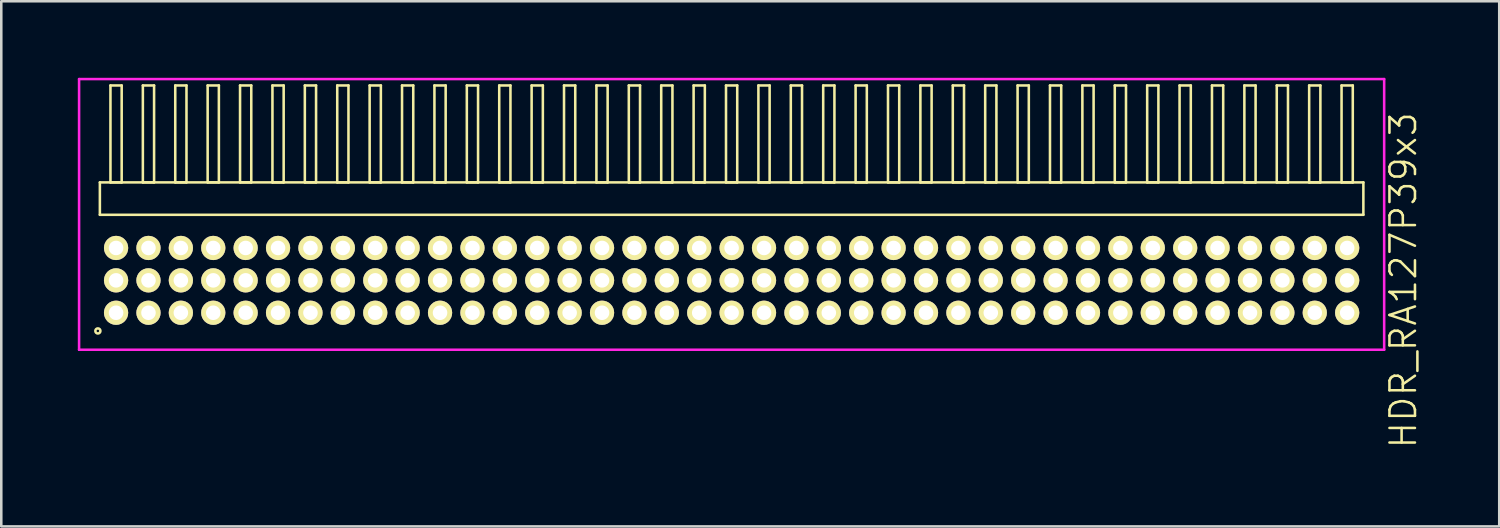
<source format=kicad_pcb>
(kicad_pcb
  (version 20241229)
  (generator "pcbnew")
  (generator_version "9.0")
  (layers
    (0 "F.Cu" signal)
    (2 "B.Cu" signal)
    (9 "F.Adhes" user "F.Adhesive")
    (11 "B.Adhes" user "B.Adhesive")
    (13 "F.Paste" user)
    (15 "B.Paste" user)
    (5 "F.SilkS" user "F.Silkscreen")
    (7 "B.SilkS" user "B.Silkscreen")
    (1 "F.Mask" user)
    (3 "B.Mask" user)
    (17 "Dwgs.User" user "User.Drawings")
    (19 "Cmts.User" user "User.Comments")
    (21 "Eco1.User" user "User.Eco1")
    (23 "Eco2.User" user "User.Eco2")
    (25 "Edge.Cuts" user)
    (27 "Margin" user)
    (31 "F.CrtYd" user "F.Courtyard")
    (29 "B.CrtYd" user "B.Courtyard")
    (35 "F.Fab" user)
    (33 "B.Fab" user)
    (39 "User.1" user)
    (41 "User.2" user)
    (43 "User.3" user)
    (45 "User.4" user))
  (footprint "HDR_RA127P39x3"
    (layer "F.Cu")
    (at 25.63 7.94)
    (property "Reference" "HDR_RA127P39x3" (at 26.33 0 90) (layer "F.SilkS") (effects (font (size 1 1) (thickness 0.1))))
    (attr through_hole)
    (fp_line (start -24.765 -3.84) (end -24.765 -2.57) (stroke (width 0.1) (type solid)) (layer "F.SilkS"))
    (fp_line (start -24.765 -2.57) (end 24.765 -2.57) (stroke (width 0.1) (type solid)) (layer "F.SilkS"))
    (fp_line (start -24.35 -7.64) (end -24.35 -3.84) (stroke (width 0.1) (type solid)) (layer "F.SilkS"))
    (fp_line (start -24.35 -3.84) (end -23.91 -3.84) (stroke (width 0.1) (type solid)) (layer "F.SilkS"))
    (fp_line (start -23.91 -7.64) (end -24.35 -7.64) (stroke (width 0.1) (type solid)) (layer "F.SilkS"))
    (fp_line (start -23.91 -3.84) (end -23.91 -7.64) (stroke (width 0.1) (type solid)) (layer "F.SilkS"))
    (fp_line (start -23.08 -7.64) (end -23.08 -3.84) (stroke (width 0.1) (type solid)) (layer "F.SilkS"))
    (fp_line (start -23.08 -3.84) (end -22.64 -3.84) (stroke (width 0.1) (type solid)) (layer "F.SilkS"))
    (fp_line (start -22.64 -7.64) (end -23.08 -7.64) (stroke (width 0.1) (type solid)) (layer "F.SilkS"))
    (fp_line (start -22.64 -3.84) (end -22.64 -7.64) (stroke (width 0.1) (type solid)) (layer "F.SilkS"))
    (fp_line (start -21.81 -7.64) (end -21.81 -3.84) (stroke (width 0.1) (type solid)) (layer "F.SilkS"))
    (fp_line (start -21.81 -3.84) (end -21.37 -3.84) (stroke (width 0.1) (type solid)) (layer "F.SilkS"))
    (fp_line (start -21.37 -7.64) (end -21.81 -7.64) (stroke (width 0.1) (type solid)) (layer "F.SilkS"))
    (fp_line (start -21.37 -3.84) (end -21.37 -7.64) (stroke (width 0.1) (type solid)) (layer "F.SilkS"))
    (fp_line (start -20.54 -7.64) (end -20.54 -3.84) (stroke (width 0.1) (type solid)) (layer "F.SilkS"))
    (fp_line (start -20.54 -3.84) (end -20.1 -3.84) (stroke (width 0.1) (type solid)) (layer "F.SilkS"))
    (fp_line (start -20.1 -7.64) (end -20.54 -7.64) (stroke (width 0.1) (type solid)) (layer "F.SilkS"))
    (fp_line (start -20.1 -3.84) (end -20.1 -7.64) (stroke (width 0.1) (type solid)) (layer "F.SilkS"))
    (fp_line (start -19.27 -7.64) (end -19.27 -3.84) (stroke (width 0.1) (type solid)) (layer "F.SilkS"))
    (fp_line (start -19.27 -3.84) (end -18.83 -3.84) (stroke (width 0.1) (type solid)) (layer "F.SilkS"))
    (fp_line (start -18.83 -7.64) (end -19.27 -7.64) (stroke (width 0.1) (type solid)) (layer "F.SilkS"))
    (fp_line (start -18.83 -3.84) (end -18.83 -7.64) (stroke (width 0.1) (type solid)) (layer "F.SilkS"))
    (fp_line (start -18 -7.64) (end -18 -3.84) (stroke (width 0.1) (type solid)) (layer "F.SilkS"))
    (fp_line (start -18 -3.84) (end -17.56 -3.84) (stroke (width 0.1) (type solid)) (layer "F.SilkS"))
    (fp_line (start -17.56 -7.64) (end -18 -7.64) (stroke (width 0.1) (type solid)) (layer "F.SilkS"))
    (fp_line (start -17.56 -3.84) (end -17.56 -7.64) (stroke (width 0.1) (type solid)) (layer "F.SilkS"))
    (fp_line (start -16.73 -7.64) (end -16.73 -3.84) (stroke (width 0.1) (type solid)) (layer "F.SilkS"))
    (fp_line (start -16.73 -3.84) (end -16.29 -3.84) (stroke (width 0.1) (type solid)) (layer "F.SilkS"))
    (fp_line (start -16.29 -7.64) (end -16.73 -7.64) (stroke (width 0.1) (type solid)) (layer "F.SilkS"))
    (fp_line (start -16.29 -3.84) (end -16.29 -7.64) (stroke (width 0.1) (type solid)) (layer "F.SilkS"))
    (fp_line (start -15.46 -7.64) (end -15.46 -3.84) (stroke (width 0.1) (type solid)) (layer "F.SilkS"))
    (fp_line (start -15.46 -3.84) (end -15.02 -3.84) (stroke (width 0.1) (type solid)) (layer "F.SilkS"))
    (fp_line (start -15.02 -7.64) (end -15.46 -7.64) (stroke (width 0.1) (type solid)) (layer "F.SilkS"))
    (fp_line (start -15.02 -3.84) (end -15.02 -7.64) (stroke (width 0.1) (type solid)) (layer "F.SilkS"))
    (fp_line (start -14.19 -7.64) (end -14.19 -3.84) (stroke (width 0.1) (type solid)) (layer "F.SilkS"))
    (fp_line (start -14.19 -3.84) (end -13.75 -3.84) (stroke (width 0.1) (type solid)) (layer "F.SilkS"))
    (fp_line (start -13.75 -7.64) (end -14.19 -7.64) (stroke (width 0.1) (type solid)) (layer "F.SilkS"))
    (fp_line (start -13.75 -3.84) (end -13.75 -7.64) (stroke (width 0.1) (type solid)) (layer "F.SilkS"))
    (fp_line (start -12.92 -7.64) (end -12.92 -3.84) (stroke (width 0.1) (type solid)) (layer "F.SilkS"))
    (fp_line (start -12.92 -3.84) (end -12.48 -3.84) (stroke (width 0.1) (type solid)) (layer "F.SilkS"))
    (fp_line (start -12.48 -7.64) (end -12.92 -7.64) (stroke (width 0.1) (type solid)) (layer "F.SilkS"))
    (fp_line (start -12.48 -3.84) (end -12.48 -7.64) (stroke (width 0.1) (type solid)) (layer "F.SilkS"))
    (fp_line (start -11.65 -7.64) (end -11.65 -3.84) (stroke (width 0.1) (type solid)) (layer "F.SilkS"))
    (fp_line (start -11.65 -3.84) (end -11.21 -3.84) (stroke (width 0.1) (type solid)) (layer "F.SilkS"))
    (fp_line (start -11.21 -7.64) (end -11.65 -7.64) (stroke (width 0.1) (type solid)) (layer "F.SilkS"))
    (fp_line (start -11.21 -3.84) (end -11.21 -7.64) (stroke (width 0.1) (type solid)) (layer "F.SilkS"))
    (fp_line (start -10.38 -7.64) (end -10.38 -3.84) (stroke (width 0.1) (type solid)) (layer "F.SilkS"))
    (fp_line (start -10.38 -3.84) (end -9.94 -3.84) (stroke (width 0.1) (type solid)) (layer "F.SilkS"))
    (fp_line (start -9.94 -7.64) (end -10.38 -7.64) (stroke (width 0.1) (type solid)) (layer "F.SilkS"))
    (fp_line (start -9.94 -3.84) (end -9.94 -7.64) (stroke (width 0.1) (type solid)) (layer "F.SilkS"))
    (fp_line (start -9.11 -7.64) (end -9.11 -3.84) (stroke (width 0.1) (type solid)) (layer "F.SilkS"))
    (fp_line (start -9.11 -3.84) (end -8.67 -3.84) (stroke (width 0.1) (type solid)) (layer "F.SilkS"))
    (fp_line (start -8.67 -7.64) (end -9.11 -7.64) (stroke (width 0.1) (type solid)) (layer "F.SilkS"))
    (fp_line (start -8.67 -3.84) (end -8.67 -7.64) (stroke (width 0.1) (type solid)) (layer "F.SilkS"))
    (fp_line (start -7.84 -7.64) (end -7.84 -3.84) (stroke (width 0.1) (type solid)) (layer "F.SilkS"))
    (fp_line (start -7.84 -3.84) (end -7.4 -3.84) (stroke (width 0.1) (type solid)) (layer "F.SilkS"))
    (fp_line (start -7.4 -7.64) (end -7.84 -7.64) (stroke (width 0.1) (type solid)) (layer "F.SilkS"))
    (fp_line (start -7.4 -3.84) (end -7.4 -7.64) (stroke (width 0.1) (type solid)) (layer "F.SilkS"))
    (fp_line (start -6.57 -7.64) (end -6.57 -3.84) (stroke (width 0.1) (type solid)) (layer "F.SilkS"))
    (fp_line (start -6.57 -3.84) (end -6.13 -3.84) (stroke (width 0.1) (type solid)) (layer "F.SilkS"))
    (fp_line (start -6.13 -7.64) (end -6.57 -7.64) (stroke (width 0.1) (type solid)) (layer "F.SilkS"))
    (fp_line (start -6.13 -3.84) (end -6.13 -7.64) (stroke (width 0.1) (type solid)) (layer "F.SilkS"))
    (fp_line (start -5.3 -7.64) (end -5.3 -3.84) (stroke (width 0.1) (type solid)) (layer "F.SilkS"))
    (fp_line (start -5.3 -3.84) (end -4.86 -3.84) (stroke (width 0.1) (type solid)) (layer "F.SilkS"))
    (fp_line (start -4.86 -7.64) (end -5.3 -7.64) (stroke (width 0.1) (type solid)) (layer "F.SilkS"))
    (fp_line (start -4.86 -3.84) (end -4.86 -7.64) (stroke (width 0.1) (type solid)) (layer "F.SilkS"))
    (fp_line (start -4.03 -7.64) (end -4.03 -3.84) (stroke (width 0.1) (type solid)) (layer "F.SilkS"))
    (fp_line (start -4.03 -3.84) (end -3.59 -3.84) (stroke (width 0.1) (type solid)) (layer "F.SilkS"))
    (fp_line (start -3.59 -7.64) (end -4.03 -7.64) (stroke (width 0.1) (type solid)) (layer "F.SilkS"))
    (fp_line (start -3.59 -3.84) (end -3.59 -7.64) (stroke (width 0.1) (type solid)) (layer "F.SilkS"))
    (fp_line (start -2.76 -7.64) (end -2.76 -3.84) (stroke (width 0.1) (type solid)) (layer "F.SilkS"))
    (fp_line (start -2.76 -3.84) (end -2.32 -3.84) (stroke (width 0.1) (type solid)) (layer "F.SilkS"))
    (fp_line (start -2.32 -7.64) (end -2.76 -7.64) (stroke (width 0.1) (type solid)) (layer "F.SilkS"))
    (fp_line (start -2.32 -3.84) (end -2.32 -7.64) (stroke (width 0.1) (type solid)) (layer "F.SilkS"))
    (fp_line (start -1.49 -7.64) (end -1.49 -3.84) (stroke (width 0.1) (type solid)) (layer "F.SilkS"))
    (fp_line (start -1.49 -3.84) (end -1.05 -3.84) (stroke (width 0.1) (type solid)) (layer "F.SilkS"))
    (fp_line (start -1.05 -7.64) (end -1.49 -7.64) (stroke (width 0.1) (type solid)) (layer "F.SilkS"))
    (fp_line (start -1.05 -3.84) (end -1.05 -7.64) (stroke (width 0.1) (type solid)) (layer "F.SilkS"))
    (fp_line (start -0.22 -7.64) (end -0.22 -3.84) (stroke (width 0.1) (type solid)) (layer "F.SilkS"))
    (fp_line (start -0.22 -3.84) (end 0.22 -3.84) (stroke (width 0.1) (type solid)) (layer "F.SilkS"))
    (fp_line (start 0.22 -7.64) (end -0.22 -7.64) (stroke (width 0.1) (type solid)) (layer "F.SilkS"))
    (fp_line (start 0.22 -3.84) (end 0.22 -7.64) (stroke (width 0.1) (type solid)) (layer "F.SilkS"))
    (fp_line (start 1.05 -7.64) (end 1.05 -3.84) (stroke (width 0.1) (type solid)) (layer "F.SilkS"))
    (fp_line (start 1.05 -3.84) (end 1.49 -3.84) (stroke (width 0.1) (type solid)) (layer "F.SilkS"))
    (fp_line (start 1.49 -7.64) (end 1.05 -7.64) (stroke (width 0.1) (type solid)) (layer "F.SilkS"))
    (fp_line (start 1.49 -3.84) (end 1.49 -7.64) (stroke (width 0.1) (type solid)) (layer "F.SilkS"))
    (fp_line (start 2.32 -7.64) (end 2.32 -3.84) (stroke (width 0.1) (type solid)) (layer "F.SilkS"))
    (fp_line (start 2.32 -3.84) (end 2.76 -3.84) (stroke (width 0.1) (type solid)) (layer "F.SilkS"))
    (fp_line (start 2.76 -7.64) (end 2.32 -7.64) (stroke (width 0.1) (type solid)) (layer "F.SilkS"))
    (fp_line (start 2.76 -3.84) (end 2.76 -7.64) (stroke (width 0.1) (type solid)) (layer "F.SilkS"))
    (fp_line (start 3.59 -7.64) (end 3.59 -3.84) (stroke (width 0.1) (type solid)) (layer "F.SilkS"))
    (fp_line (start 3.59 -3.84) (end 4.03 -3.84) (stroke (width 0.1) (type solid)) (layer "F.SilkS"))
    (fp_line (start 4.03 -7.64) (end 3.59 -7.64) (stroke (width 0.1) (type solid)) (layer "F.SilkS"))
    (fp_line (start 4.03 -3.84) (end 4.03 -7.64) (stroke (width 0.1) (type solid)) (layer "F.SilkS"))
    (fp_line (start 4.86 -7.64) (end 4.86 -3.84) (stroke (width 0.1) (type solid)) (layer "F.SilkS"))
    (fp_line (start 4.86 -3.84) (end 5.3 -3.84) (stroke (width 0.1) (type solid)) (layer "F.SilkS"))
    (fp_line (start 5.3 -7.64) (end 4.86 -7.64) (stroke (width 0.1) (type solid)) (layer "F.SilkS"))
    (fp_line (start 5.3 -3.84) (end 5.3 -7.64) (stroke (width 0.1) (type solid)) (layer "F.SilkS"))
    (fp_line (start 6.13 -7.64) (end 6.13 -3.84) (stroke (width 0.1) (type solid)) (layer "F.SilkS"))
    (fp_line (start 6.13 -3.84) (end 6.57 -3.84) (stroke (width 0.1) (type solid)) (layer "F.SilkS"))
    (fp_line (start 6.57 -7.64) (end 6.13 -7.64) (stroke (width 0.1) (type solid)) (layer "F.SilkS"))
    (fp_line (start 6.57 -3.84) (end 6.57 -7.64) (stroke (width 0.1) (type solid)) (layer "F.SilkS"))
    (fp_line (start 7.4 -7.64) (end 7.4 -3.84) (stroke (width 0.1) (type solid)) (layer "F.SilkS"))
    (fp_line (start 7.4 -3.84) (end 7.84 -3.84) (stroke (width 0.1) (type solid)) (layer "F.SilkS"))
    (fp_line (start 7.84 -7.64) (end 7.4 -7.64) (stroke (width 0.1) (type solid)) (layer "F.SilkS"))
    (fp_line (start 7.84 -3.84) (end 7.84 -7.64) (stroke (width 0.1) (type solid)) (layer "F.SilkS"))
    (fp_line (start 8.67 -7.64) (end 8.67 -3.84) (stroke (width 0.1) (type solid)) (layer "F.SilkS"))
    (fp_line (start 8.67 -3.84) (end 9.11 -3.84) (stroke (width 0.1) (type solid)) (layer "F.SilkS"))
    (fp_line (start 9.11 -7.64) (end 8.67 -7.64) (stroke (width 0.1) (type solid)) (layer "F.SilkS"))
    (fp_line (start 9.11 -3.84) (end 9.11 -7.64) (stroke (width 0.1) (type solid)) (layer "F.SilkS"))
    (fp_line (start 9.94 -7.64) (end 9.94 -3.84) (stroke (width 0.1) (type solid)) (layer "F.SilkS"))
    (fp_line (start 9.94 -3.84) (end 10.38 -3.84) (stroke (width 0.1) (type solid)) (layer "F.SilkS"))
    (fp_line (start 10.38 -7.64) (end 9.94 -7.64) (stroke (width 0.1) (type solid)) (layer "F.SilkS"))
    (fp_line (start 10.38 -3.84) (end 10.38 -7.64) (stroke (width 0.1) (type solid)) (layer "F.SilkS"))
    (fp_line (start 11.21 -7.64) (end 11.21 -3.84) (stroke (width 0.1) (type solid)) (layer "F.SilkS"))
    (fp_line (start 11.21 -3.84) (end 11.65 -3.84) (stroke (width 0.1) (type solid)) (layer "F.SilkS"))
    (fp_line (start 11.65 -7.64) (end 11.21 -7.64) (stroke (width 0.1) (type solid)) (layer "F.SilkS"))
    (fp_line (start 11.65 -3.84) (end 11.65 -7.64) (stroke (width 0.1) (type solid)) (layer "F.SilkS"))
    (fp_line (start 12.48 -7.64) (end 12.48 -3.84) (stroke (width 0.1) (type solid)) (layer "F.SilkS"))
    (fp_line (start 12.48 -3.84) (end 12.92 -3.84) (stroke (width 0.1) (type solid)) (layer "F.SilkS"))
    (fp_line (start 12.92 -7.64) (end 12.48 -7.64) (stroke (width 0.1) (type solid)) (layer "F.SilkS"))
    (fp_line (start 12.92 -3.84) (end 12.92 -7.64) (stroke (width 0.1) (type solid)) (layer "F.SilkS"))
    (fp_line (start 13.75 -7.64) (end 13.75 -3.84) (stroke (width 0.1) (type solid)) (layer "F.SilkS"))
    (fp_line (start 13.75 -3.84) (end 14.19 -3.84) (stroke (width 0.1) (type solid)) (layer "F.SilkS"))
    (fp_line (start 14.19 -7.64) (end 13.75 -7.64) (stroke (width 0.1) (type solid)) (layer "F.SilkS"))
    (fp_line (start 14.19 -3.84) (end 14.19 -7.64) (stroke (width 0.1) (type solid)) (layer "F.SilkS"))
    (fp_line (start 15.02 -7.64) (end 15.02 -3.84) (stroke (width 0.1) (type solid)) (layer "F.SilkS"))
    (fp_line (start 15.02 -3.84) (end 15.46 -3.84) (stroke (width 0.1) (type solid)) (layer "F.SilkS"))
    (fp_line (start 15.46 -7.64) (end 15.02 -7.64) (stroke (width 0.1) (type solid)) (layer "F.SilkS"))
    (fp_line (start 15.46 -3.84) (end 15.46 -7.64) (stroke (width 0.1) (type solid)) (layer "F.SilkS"))
    (fp_line (start 16.29 -7.64) (end 16.29 -3.84) (stroke (width 0.1) (type solid)) (layer "F.SilkS"))
    (fp_line (start 16.29 -3.84) (end 16.73 -3.84) (stroke (width 0.1) (type solid)) (layer "F.SilkS"))
    (fp_line (start 16.73 -7.64) (end 16.29 -7.64) (stroke (width 0.1) (type solid)) (layer "F.SilkS"))
    (fp_line (start 16.73 -3.84) (end 16.73 -7.64) (stroke (width 0.1) (type solid)) (layer "F.SilkS"))
    (fp_line (start 17.56 -7.64) (end 17.56 -3.84) (stroke (width 0.1) (type solid)) (layer "F.SilkS"))
    (fp_line (start 17.56 -3.84) (end 18 -3.84) (stroke (width 0.1) (type solid)) (layer "F.SilkS"))
    (fp_line (start 18 -7.64) (end 17.56 -7.64) (stroke (width 0.1) (type solid)) (layer "F.SilkS"))
    (fp_line (start 18 -3.84) (end 18 -7.64) (stroke (width 0.1) (type solid)) (layer "F.SilkS"))
    (fp_line (start 18.83 -7.64) (end 18.83 -3.84) (stroke (width 0.1) (type solid)) (layer "F.SilkS"))
    (fp_line (start 18.83 -3.84) (end 19.27 -3.84) (stroke (width 0.1) (type solid)) (layer "F.SilkS"))
    (fp_line (start 19.27 -7.64) (end 18.83 -7.64) (stroke (width 0.1) (type solid)) (layer "F.SilkS"))
    (fp_line (start 19.27 -3.84) (end 19.27 -7.64) (stroke (width 0.1) (type solid)) (layer "F.SilkS"))
    (fp_line (start 20.1 -7.64) (end 20.1 -3.84) (stroke (width 0.1) (type solid)) (layer "F.SilkS"))
    (fp_line (start 20.1 -3.84) (end 20.54 -3.84) (stroke (width 0.1) (type solid)) (layer "F.SilkS"))
    (fp_line (start 20.54 -7.64) (end 20.1 -7.64) (stroke (width 0.1) (type solid)) (layer "F.SilkS"))
    (fp_line (start 20.54 -3.84) (end 20.54 -7.64) (stroke (width 0.1) (type solid)) (layer "F.SilkS"))
    (fp_line (start 21.37 -7.64) (end 21.37 -3.84) (stroke (width 0.1) (type solid)) (layer "F.SilkS"))
    (fp_line (start 21.37 -3.84) (end 21.81 -3.84) (stroke (width 0.1) (type solid)) (layer "F.SilkS"))
    (fp_line (start 21.81 -7.64) (end 21.37 -7.64) (stroke (width 0.1) (type solid)) (layer "F.SilkS"))
    (fp_line (start 21.81 -3.84) (end 21.81 -7.64) (stroke (width 0.1) (type solid)) (layer "F.SilkS"))
    (fp_line (start 22.64 -7.64) (end 22.64 -3.84) (stroke (width 0.1) (type solid)) (layer "F.SilkS"))
    (fp_line (start 22.64 -3.84) (end 23.08 -3.84) (stroke (width 0.1) (type solid)) (layer "F.SilkS"))
    (fp_line (start 23.08 -7.64) (end 22.64 -7.64) (stroke (width 0.1) (type solid)) (layer "F.SilkS"))
    (fp_line (start 23.08 -3.84) (end 23.08 -7.64) (stroke (width 0.1) (type solid)) (layer "F.SilkS"))
    (fp_line (start 23.91 -7.64) (end 23.91 -3.84) (stroke (width 0.1) (type solid)) (layer "F.SilkS"))
    (fp_line (start 23.91 -3.84) (end 24.35 -3.84) (stroke (width 0.1) (type solid)) (layer "F.SilkS"))
    (fp_line (start 24.35 -7.64) (end 23.91 -7.64) (stroke (width 0.1) (type solid)) (layer "F.SilkS"))
    (fp_line (start 24.35 -3.84) (end 24.35 -7.64) (stroke (width 0.1) (type solid)) (layer "F.SilkS"))
    (fp_line (start 24.765 -3.84) (end -24.765 -3.84) (stroke (width 0.1) (type solid)) (layer "F.SilkS"))
    (fp_line (start 24.765 -2.57) (end 24.765 -3.84) (stroke (width 0.1) (type solid)) (layer "F.SilkS"))
    (fp_circle (center -24.843 1.983) (end -24.743 1.983) (stroke (width 0.1) (type solid)) (fill no) (layer "F.SilkS"))
    (fp_line (start -25.58 -7.89) (end -25.58 2.72) (stroke (width 0.1) (type solid)) (layer "F.CrtYd"))
    (fp_line (start -25.58 2.72) (end 25.58 2.72) (stroke (width 0.1) (type solid)) (layer "F.CrtYd"))
    (fp_line (start 25.58 -7.89) (end -25.58 -7.89) (stroke (width 0.1) (type solid)) (layer "F.CrtYd"))
    (fp_line (start 25.58 2.72) (end 25.58 -7.89) (stroke (width 0.1) (type solid)) (layer "F.CrtYd"))
    (pad "1" thru_hole oval (at -24.13 1.27) (size 0.95 0.95) (drill 0.57) (layers "*.Cu" "*.Mask" "F.SilkS"))
    (pad "2" thru_hole oval (at -24.13 0) (size 0.95 0.95) (drill 0.57) (layers "*.Cu" "*.Mask" "F.SilkS"))
    (pad "3" thru_hole oval (at -24.13 -1.27) (size 0.95 0.95) (drill 0.57) (layers "*.Cu" "*.Mask" "F.SilkS"))
    (pad "4" thru_hole oval (at -22.86 1.27) (size 0.95 0.95) (drill 0.57) (layers "*.Cu" "*.Mask" "F.SilkS"))
    (pad "5" thru_hole oval (at -22.86 0) (size 0.95 0.95) (drill 0.57) (layers "*.Cu" "*.Mask" "F.SilkS"))
    (pad "6" thru_hole oval (at -22.86 -1.27) (size 0.95 0.95) (drill 0.57) (layers "*.Cu" "*.Mask" "F.SilkS"))
    (pad "7" thru_hole oval (at -21.59 1.27) (size 0.95 0.95) (drill 0.57) (layers "*.Cu" "*.Mask" "F.SilkS"))
    (pad "8" thru_hole oval (at -21.59 0) (size 0.95 0.95) (drill 0.57) (layers "*.Cu" "*.Mask" "F.SilkS"))
    (pad "9" thru_hole oval (at -21.59 -1.27) (size 0.95 0.95) (drill 0.57) (layers "*.Cu" "*.Mask" "F.SilkS"))
    (pad "10" thru_hole oval (at -20.32 1.27) (size 0.95 0.95) (drill 0.57) (layers "*.Cu" "*.Mask" "F.SilkS"))
    (pad "11" thru_hole oval (at -20.32 0) (size 0.95 0.95) (drill 0.57) (layers "*.Cu" "*.Mask" "F.SilkS"))
    (pad "12" thru_hole oval (at -20.32 -1.27) (size 0.95 0.95) (drill 0.57) (layers "*.Cu" "*.Mask" "F.SilkS"))
    (pad "13" thru_hole oval (at -19.05 1.27) (size 0.95 0.95) (drill 0.57) (layers "*.Cu" "*.Mask" "F.SilkS"))
    (pad "14" thru_hole oval (at -19.05 0) (size 0.95 0.95) (drill 0.57) (layers "*.Cu" "*.Mask" "F.SilkS"))
    (pad "15" thru_hole oval (at -19.05 -1.27) (size 0.95 0.95) (drill 0.57) (layers "*.Cu" "*.Mask" "F.SilkS"))
    (pad "16" thru_hole oval (at -17.78 1.27) (size 0.95 0.95) (drill 0.57) (layers "*.Cu" "*.Mask" "F.SilkS"))
    (pad "17" thru_hole oval (at -17.78 0) (size 0.95 0.95) (drill 0.57) (layers "*.Cu" "*.Mask" "F.SilkS"))
    (pad "18" thru_hole oval (at -17.78 -1.27) (size 0.95 0.95) (drill 0.57) (layers "*.Cu" "*.Mask" "F.SilkS"))
    (pad "19" thru_hole oval (at -16.51 1.27) (size 0.95 0.95) (drill 0.57) (layers "*.Cu" "*.Mask" "F.SilkS"))
    (pad "20" thru_hole oval (at -16.51 0) (size 0.95 0.95) (drill 0.57) (layers "*.Cu" "*.Mask" "F.SilkS"))
    (pad "21" thru_hole oval (at -16.51 -1.27) (size 0.95 0.95) (drill 0.57) (layers "*.Cu" "*.Mask" "F.SilkS"))
    (pad "22" thru_hole oval (at -15.24 1.27) (size 0.95 0.95) (drill 0.57) (layers "*.Cu" "*.Mask" "F.SilkS"))
    (pad "23" thru_hole oval (at -15.24 0) (size 0.95 0.95) (drill 0.57) (layers "*.Cu" "*.Mask" "F.SilkS"))
    (pad "24" thru_hole oval (at -15.24 -1.27) (size 0.95 0.95) (drill 0.57) (layers "*.Cu" "*.Mask" "F.SilkS"))
    (pad "25" thru_hole oval (at -13.97 1.27) (size 0.95 0.95) (drill 0.57) (layers "*.Cu" "*.Mask" "F.SilkS"))
    (pad "26" thru_hole oval (at -13.97 0) (size 0.95 0.95) (drill 0.57) (layers "*.Cu" "*.Mask" "F.SilkS"))
    (pad "27" thru_hole oval (at -13.97 -1.27) (size 0.95 0.95) (drill 0.57) (layers "*.Cu" "*.Mask" "F.SilkS"))
    (pad "28" thru_hole oval (at -12.7 1.27) (size 0.95 0.95) (drill 0.57) (layers "*.Cu" "*.Mask" "F.SilkS"))
    (pad "29" thru_hole oval (at -12.7 0) (size 0.95 0.95) (drill 0.57) (layers "*.Cu" "*.Mask" "F.SilkS"))
    (pad "30" thru_hole oval (at -12.7 -1.27) (size 0.95 0.95) (drill 0.57) (layers "*.Cu" "*.Mask" "F.SilkS"))
    (pad "31" thru_hole oval (at -11.43 1.27) (size 0.95 0.95) (drill 0.57) (layers "*.Cu" "*.Mask" "F.SilkS"))
    (pad "32" thru_hole oval (at -11.43 0) (size 0.95 0.95) (drill 0.57) (layers "*.Cu" "*.Mask" "F.SilkS"))
    (pad "33" thru_hole oval (at -11.43 -1.27) (size 0.95 0.95) (drill 0.57) (layers "*.Cu" "*.Mask" "F.SilkS"))
    (pad "34" thru_hole oval (at -10.16 1.27) (size 0.95 0.95) (drill 0.57) (layers "*.Cu" "*.Mask" "F.SilkS"))
    (pad "35" thru_hole oval (at -10.16 0) (size 0.95 0.95) (drill 0.57) (layers "*.Cu" "*.Mask" "F.SilkS"))
    (pad "36" thru_hole oval (at -10.16 -1.27) (size 0.95 0.95) (drill 0.57) (layers "*.Cu" "*.Mask" "F.SilkS"))
    (pad "37" thru_hole oval (at -8.89 1.27) (size 0.95 0.95) (drill 0.57) (layers "*.Cu" "*.Mask" "F.SilkS"))
    (pad "38" thru_hole oval (at -8.89 0) (size 0.95 0.95) (drill 0.57) (layers "*.Cu" "*.Mask" "F.SilkS"))
    (pad "39" thru_hole oval (at -8.89 -1.27) (size 0.95 0.95) (drill 0.57) (layers "*.Cu" "*.Mask" "F.SilkS"))
    (pad "40" thru_hole oval (at -7.62 1.27) (size 0.95 0.95) (drill 0.57) (layers "*.Cu" "*.Mask" "F.SilkS"))
    (pad "41" thru_hole oval (at -7.62 0) (size 0.95 0.95) (drill 0.57) (layers "*.Cu" "*.Mask" "F.SilkS"))
    (pad "42" thru_hole oval (at -7.62 -1.27) (size 0.95 0.95) (drill 0.57) (layers "*.Cu" "*.Mask" "F.SilkS"))
    (pad "43" thru_hole oval (at -6.35 1.27) (size 0.95 0.95) (drill 0.57) (layers "*.Cu" "*.Mask" "F.SilkS"))
    (pad "44" thru_hole oval (at -6.35 0) (size 0.95 0.95) (drill 0.57) (layers "*.Cu" "*.Mask" "F.SilkS"))
    (pad "45" thru_hole oval (at -6.35 -1.27) (size 0.95 0.95) (drill 0.57) (layers "*.Cu" "*.Mask" "F.SilkS"))
    (pad "46" thru_hole oval (at -5.08 1.27) (size 0.95 0.95) (drill 0.57) (layers "*.Cu" "*.Mask" "F.SilkS"))
    (pad "47" thru_hole oval (at -5.08 0) (size 0.95 0.95) (drill 0.57) (layers "*.Cu" "*.Mask" "F.SilkS"))
    (pad "48" thru_hole oval (at -5.08 -1.27) (size 0.95 0.95) (drill 0.57) (layers "*.Cu" "*.Mask" "F.SilkS"))
    (pad "49" thru_hole oval (at -3.81 1.27) (size 0.95 0.95) (drill 0.57) (layers "*.Cu" "*.Mask" "F.SilkS"))
    (pad "50" thru_hole oval (at -3.81 0) (size 0.95 0.95) (drill 0.57) (layers "*.Cu" "*.Mask" "F.SilkS"))
    (pad "51" thru_hole oval (at -3.81 -1.27) (size 0.95 0.95) (drill 0.57) (layers "*.Cu" "*.Mask" "F.SilkS"))
    (pad "52" thru_hole oval (at -2.54 1.27) (size 0.95 0.95) (drill 0.57) (layers "*.Cu" "*.Mask" "F.SilkS"))
    (pad "53" thru_hole oval (at -2.54 0) (size 0.95 0.95) (drill 0.57) (layers "*.Cu" "*.Mask" "F.SilkS"))
    (pad "54" thru_hole oval (at -2.54 -1.27) (size 0.95 0.95) (drill 0.57) (layers "*.Cu" "*.Mask" "F.SilkS"))
    (pad "55" thru_hole oval (at -1.27 1.27) (size 0.95 0.95) (drill 0.57) (layers "*.Cu" "*.Mask" "F.SilkS"))
    (pad "56" thru_hole oval (at -1.27 0) (size 0.95 0.95) (drill 0.57) (layers "*.Cu" "*.Mask" "F.SilkS"))
    (pad "57" thru_hole oval (at -1.27 -1.27) (size 0.95 0.95) (drill 0.57) (layers "*.Cu" "*.Mask" "F.SilkS"))
    (pad "58" thru_hole oval (at 0 1.27) (size 0.95 0.95) (drill 0.57) (layers "*.Cu" "*.Mask" "F.SilkS"))
    (pad "59" thru_hole oval (at 0 0) (size 0.95 0.95) (drill 0.57) (layers "*.Cu" "*.Mask" "F.SilkS"))
    (pad "60" thru_hole oval (at 0 -1.27) (size 0.95 0.95) (drill 0.57) (layers "*.Cu" "*.Mask" "F.SilkS"))
    (pad "61" thru_hole oval (at 1.27 1.27) (size 0.95 0.95) (drill 0.57) (layers "*.Cu" "*.Mask" "F.SilkS"))
    (pad "62" thru_hole oval (at 1.27 0) (size 0.95 0.95) (drill 0.57) (layers "*.Cu" "*.Mask" "F.SilkS"))
    (pad "63" thru_hole oval (at 1.27 -1.27) (size 0.95 0.95) (drill 0.57) (layers "*.Cu" "*.Mask" "F.SilkS"))
    (pad "64" thru_hole oval (at 2.54 1.27) (size 0.95 0.95) (drill 0.57) (layers "*.Cu" "*.Mask" "F.SilkS"))
    (pad "65" thru_hole oval (at 2.54 0) (size 0.95 0.95) (drill 0.57) (layers "*.Cu" "*.Mask" "F.SilkS"))
    (pad "66" thru_hole oval (at 2.54 -1.27) (size 0.95 0.95) (drill 0.57) (layers "*.Cu" "*.Mask" "F.SilkS"))
    (pad "67" thru_hole oval (at 3.81 1.27) (size 0.95 0.95) (drill 0.57) (layers "*.Cu" "*.Mask" "F.SilkS"))
    (pad "68" thru_hole oval (at 3.81 0) (size 0.95 0.95) (drill 0.57) (layers "*.Cu" "*.Mask" "F.SilkS"))
    (pad "69" thru_hole oval (at 3.81 -1.27) (size 0.95 0.95) (drill 0.57) (layers "*.Cu" "*.Mask" "F.SilkS"))
    (pad "70" thru_hole oval (at 5.08 1.27) (size 0.95 0.95) (drill 0.57) (layers "*.Cu" "*.Mask" "F.SilkS"))
    (pad "71" thru_hole oval (at 5.08 0) (size 0.95 0.95) (drill 0.57) (layers "*.Cu" "*.Mask" "F.SilkS"))
    (pad "72" thru_hole oval (at 5.08 -1.27) (size 0.95 0.95) (drill 0.57) (layers "*.Cu" "*.Mask" "F.SilkS"))
    (pad "73" thru_hole oval (at 6.35 1.27) (size 0.95 0.95) (drill 0.57) (layers "*.Cu" "*.Mask" "F.SilkS"))
    (pad "74" thru_hole oval (at 6.35 0) (size 0.95 0.95) (drill 0.57) (layers "*.Cu" "*.Mask" "F.SilkS"))
    (pad "75" thru_hole oval (at 6.35 -1.27) (size 0.95 0.95) (drill 0.57) (layers "*.Cu" "*.Mask" "F.SilkS"))
    (pad "76" thru_hole oval (at 7.62 1.27) (size 0.95 0.95) (drill 0.57) (layers "*.Cu" "*.Mask" "F.SilkS"))
    (pad "77" thru_hole oval (at 7.62 0) (size 0.95 0.95) (drill 0.57) (layers "*.Cu" "*.Mask" "F.SilkS"))
    (pad "78" thru_hole oval (at 7.62 -1.27) (size 0.95 0.95) (drill 0.57) (layers "*.Cu" "*.Mask" "F.SilkS"))
    (pad "79" thru_hole oval (at 8.89 1.27) (size 0.95 0.95) (drill 0.57) (layers "*.Cu" "*.Mask" "F.SilkS"))
    (pad "80" thru_hole oval (at 8.89 0) (size 0.95 0.95) (drill 0.57) (layers "*.Cu" "*.Mask" "F.SilkS"))
    (pad "81" thru_hole oval (at 8.89 -1.27) (size 0.95 0.95) (drill 0.57) (layers "*.Cu" "*.Mask" "F.SilkS"))
    (pad "82" thru_hole oval (at 10.16 1.27) (size 0.95 0.95) (drill 0.57) (layers "*.Cu" "*.Mask" "F.SilkS"))
    (pad "83" thru_hole oval (at 10.16 0) (size 0.95 0.95) (drill 0.57) (layers "*.Cu" "*.Mask" "F.SilkS"))
    (pad "84" thru_hole oval (at 10.16 -1.27) (size 0.95 0.95) (drill 0.57) (layers "*.Cu" "*.Mask" "F.SilkS"))
    (pad "85" thru_hole oval (at 11.43 1.27) (size 0.95 0.95) (drill 0.57) (layers "*.Cu" "*.Mask" "F.SilkS"))
    (pad "86" thru_hole oval (at 11.43 0) (size 0.95 0.95) (drill 0.57) (layers "*.Cu" "*.Mask" "F.SilkS"))
    (pad "87" thru_hole oval (at 11.43 -1.27) (size 0.95 0.95) (drill 0.57) (layers "*.Cu" "*.Mask" "F.SilkS"))
    (pad "88" thru_hole oval (at 12.7 1.27) (size 0.95 0.95) (drill 0.57) (layers "*.Cu" "*.Mask" "F.SilkS"))
    (pad "89" thru_hole oval (at 12.7 0) (size 0.95 0.95) (drill 0.57) (layers "*.Cu" "*.Mask" "F.SilkS"))
    (pad "90" thru_hole oval (at 12.7 -1.27) (size 0.95 0.95) (drill 0.57) (layers "*.Cu" "*.Mask" "F.SilkS"))
    (pad "91" thru_hole oval (at 13.97 1.27) (size 0.95 0.95) (drill 0.57) (layers "*.Cu" "*.Mask" "F.SilkS"))
    (pad "92" thru_hole oval (at 13.97 0) (size 0.95 0.95) (drill 0.57) (layers "*.Cu" "*.Mask" "F.SilkS"))
    (pad "93" thru_hole oval (at 13.97 -1.27) (size 0.95 0.95) (drill 0.57) (layers "*.Cu" "*.Mask" "F.SilkS"))
    (pad "94" thru_hole oval (at 15.24 1.27) (size 0.95 0.95) (drill 0.57) (layers "*.Cu" "*.Mask" "F.SilkS"))
    (pad "95" thru_hole oval (at 15.24 0) (size 0.95 0.95) (drill 0.57) (layers "*.Cu" "*.Mask" "F.SilkS"))
    (pad "96" thru_hole oval (at 15.24 -1.27) (size 0.95 0.95) (drill 0.57) (layers "*.Cu" "*.Mask" "F.SilkS"))
    (pad "97" thru_hole oval (at 16.51 1.27) (size 0.95 0.95) (drill 0.57) (layers "*.Cu" "*.Mask" "F.SilkS"))
    (pad "98" thru_hole oval (at 16.51 0) (size 0.95 0.95) (drill 0.57) (layers "*.Cu" "*.Mask" "F.SilkS"))
    (pad "99" thru_hole oval (at 16.51 -1.27) (size 0.95 0.95) (drill 0.57) (layers "*.Cu" "*.Mask" "F.SilkS"))
    (pad "100" thru_hole oval (at 17.78 1.27) (size 0.95 0.95) (drill 0.57) (layers "*.Cu" "*.Mask" "F.SilkS"))
    (pad "101" thru_hole oval (at 17.78 0) (size 0.95 0.95) (drill 0.57) (layers "*.Cu" "*.Mask" "F.SilkS"))
    (pad "102" thru_hole oval (at 17.78 -1.27) (size 0.95 0.95) (drill 0.57) (layers "*.Cu" "*.Mask" "F.SilkS"))
    (pad "103" thru_hole oval (at 19.05 1.27) (size 0.95 0.95) (drill 0.57) (layers "*.Cu" "*.Mask" "F.SilkS"))
    (pad "104" thru_hole oval (at 19.05 0) (size 0.95 0.95) (drill 0.57) (layers "*.Cu" "*.Mask" "F.SilkS"))
    (pad "105" thru_hole oval (at 19.05 -1.27) (size 0.95 0.95) (drill 0.57) (layers "*.Cu" "*.Mask" "F.SilkS"))
    (pad "106" thru_hole oval (at 20.32 1.27) (size 0.95 0.95) (drill 0.57) (layers "*.Cu" "*.Mask" "F.SilkS"))
    (pad "107" thru_hole oval (at 20.32 0) (size 0.95 0.95) (drill 0.57) (layers "*.Cu" "*.Mask" "F.SilkS"))
    (pad "108" thru_hole oval (at 20.32 -1.27) (size 0.95 0.95) (drill 0.57) (layers "*.Cu" "*.Mask" "F.SilkS"))
    (pad "109" thru_hole oval (at 21.59 1.27) (size 0.95 0.95) (drill 0.57) (layers "*.Cu" "*.Mask" "F.SilkS"))
    (pad "110" thru_hole oval (at 21.59 0) (size 0.95 0.95) (drill 0.57) (layers "*.Cu" "*.Mask" "F.SilkS"))
    (pad "111" thru_hole oval (at 21.59 -1.27) (size 0.95 0.95) (drill 0.57) (layers "*.Cu" "*.Mask" "F.SilkS"))
    (pad "112" thru_hole oval (at 22.86 1.27) (size 0.95 0.95) (drill 0.57) (layers "*.Cu" "*.Mask" "F.SilkS"))
    (pad "113" thru_hole oval (at 22.86 0) (size 0.95 0.95) (drill 0.57) (layers "*.Cu" "*.Mask" "F.SilkS"))
    (pad "114" thru_hole oval (at 22.86 -1.27) (size 0.95 0.95) (drill 0.57) (layers "*.Cu" "*.Mask" "F.SilkS"))
    (pad "115" thru_hole oval (at 24.13 1.27) (size 0.95 0.95) (drill 0.57) (layers "*.Cu" "*.Mask" "F.SilkS"))
    (pad "116" thru_hole oval (at 24.13 0) (size 0.95 0.95) (drill 0.57) (layers "*.Cu" "*.Mask" "F.SilkS"))
    (pad "117" thru_hole oval (at 24.13 -1.27) (size 0.95 0.95) (drill 0.57) (layers "*.Cu" "*.Mask" "F.SilkS")))
  (gr_rect
    (start -3 -3)
    (end 55.721 17.585)
    (stroke (width 0.1) (type default))
    (fill no)
    (layer "Edge.Cuts")))
</source>
